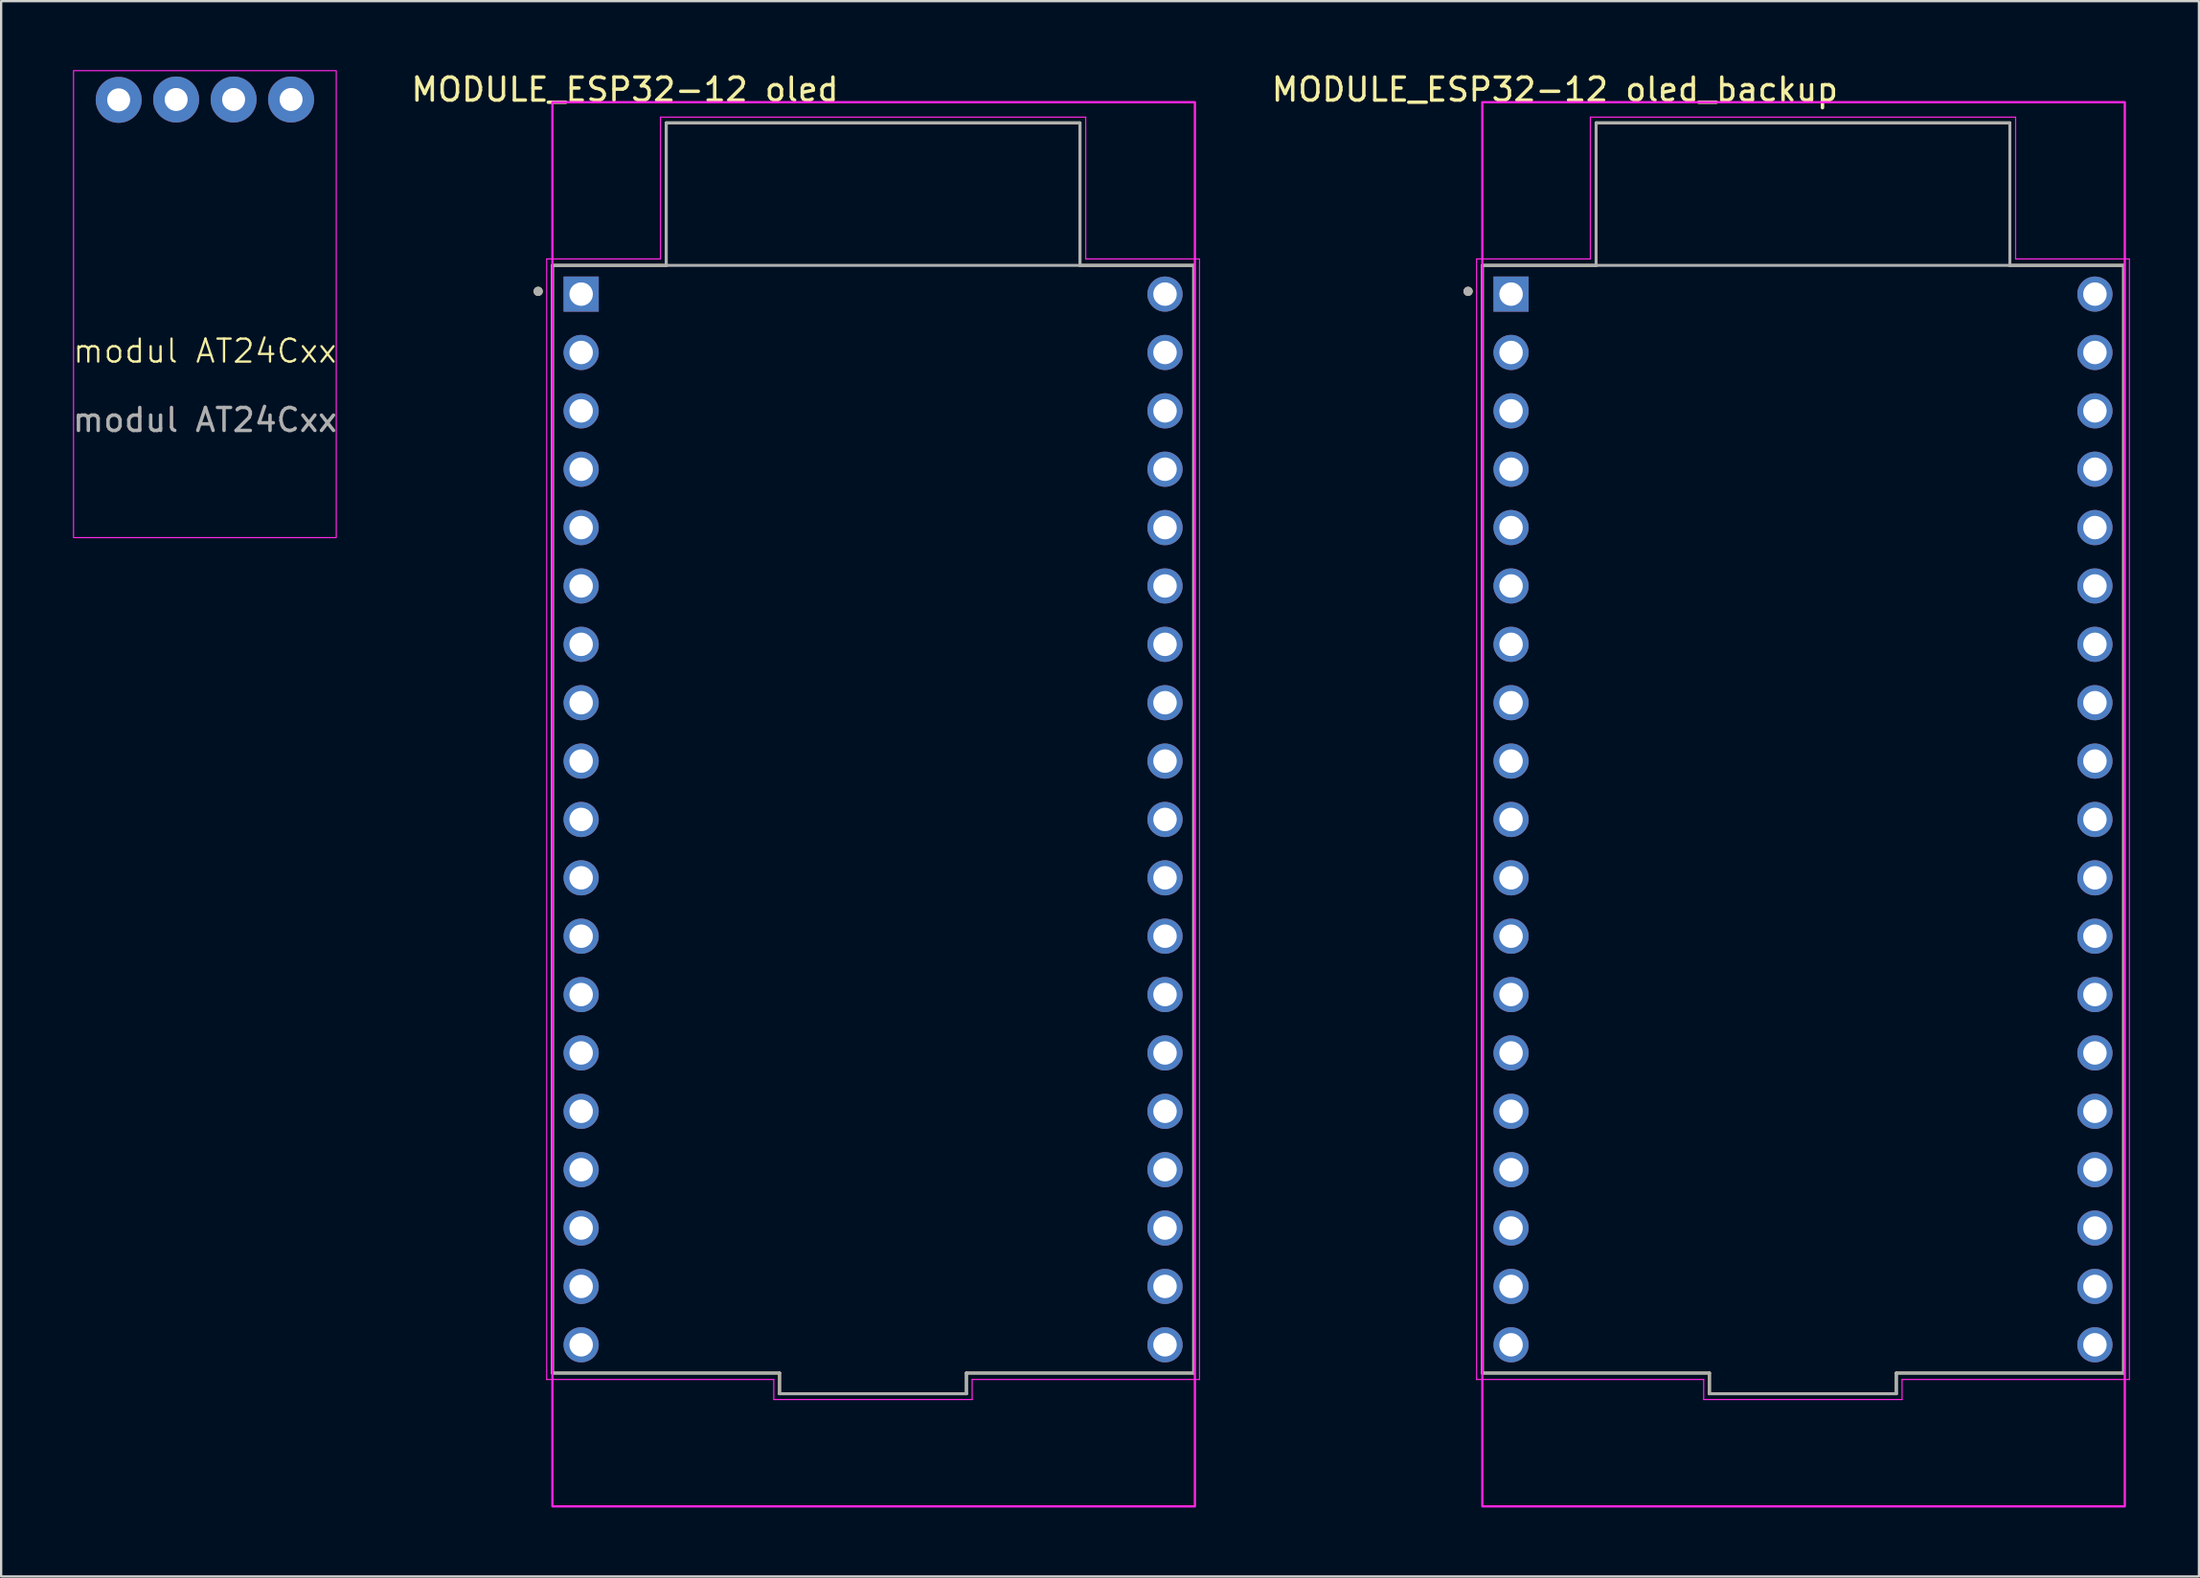
<source format=kicad_pcb>
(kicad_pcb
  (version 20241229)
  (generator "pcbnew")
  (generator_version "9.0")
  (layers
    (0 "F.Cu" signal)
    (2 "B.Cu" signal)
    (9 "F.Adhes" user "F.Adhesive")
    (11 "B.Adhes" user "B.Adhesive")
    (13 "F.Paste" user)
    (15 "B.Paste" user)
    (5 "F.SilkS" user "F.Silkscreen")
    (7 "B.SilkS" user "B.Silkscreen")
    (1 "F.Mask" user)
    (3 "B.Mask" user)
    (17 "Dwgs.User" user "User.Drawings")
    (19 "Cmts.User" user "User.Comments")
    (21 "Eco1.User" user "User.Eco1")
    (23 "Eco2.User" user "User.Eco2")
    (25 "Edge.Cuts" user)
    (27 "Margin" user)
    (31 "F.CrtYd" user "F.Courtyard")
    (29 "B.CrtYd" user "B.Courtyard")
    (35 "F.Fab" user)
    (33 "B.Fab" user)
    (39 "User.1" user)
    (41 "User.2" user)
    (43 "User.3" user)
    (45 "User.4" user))
  (footprint "modul AT24Cxx"
    (layer "F.Cu")
    (at 5.863 8.28)
    (property "Reference" "modul AT24Cxx" (at 0 3.945 0) (unlocked yes) (layer "F.SilkS") (effects (font (size 1 1) (thickness 0.1))))
    (attr through_hole)
    (fp_rect (start -5.715 -8.255) (end 5.715 12.065) (stroke (width 0.05) (type default)) (fill no) (layer "F.CrtYd"))
    (fp_text user "${REFERENCE}" (at 0 6.945 0) (unlocked yes) (layer "F.Fab") (effects (font (size 1 1) (thickness 0.15))))
    (pad "4" thru_hole circle (at -1.25 -7) (size 2 2) (drill 1) (layers "*.Cu" "*.Mask"))
    (pad "5" thru_hole circle (at 3.75 -7) (size 2 2) (drill 1) (layers "*.Cu" "*.Mask"))
    (pad "6" thru_hole circle (at 1.25 -7) (size 2 2) (drill 1) (layers "*.Cu" "*.Mask"))
    (pad "8" thru_hole circle (at -3.75 -6.985) (size 2 2) (drill 1) (layers "*.Cu" "*.Mask")))
  (footprint "MODULE_ESP32-12 oled"
    (layer "F.Cu")
    (at 34.932 32.598)
    (property "Reference" "MODULE_ESP32-12 oled" (at -10.795 -31.75 0) (layer "F.SilkS") (effects (font (size 1 1) (thickness 0.15))))
    (attr through_hole)
    (fp_line (start -13.95 -24.1) (end -13.95 24.1) (stroke (width 0.127) (type solid)) (layer "F.SilkS"))
    (fp_line (start -13.95 24.1) (end -4.07 24.1) (stroke (width 0.127) (type solid)) (layer "F.SilkS"))
    (fp_line (start -9 -30.3) (end 9 -30.3) (stroke (width 0.127) (type solid)) (layer "F.SilkS"))
    (fp_line (start -9 -24.1) (end -13.95 -24.1) (stroke (width 0.127) (type solid)) (layer "F.SilkS"))
    (fp_line (start -9 -24.1) (end -9 -30.3) (stroke (width 0.127) (type solid)) (layer "F.SilkS"))
    (fp_line (start -4.07 24.1) (end -4.07 25) (stroke (width 0.127) (type solid)) (layer "F.SilkS"))
    (fp_line (start -4.07 25) (end 4.06 25) (stroke (width 0.127) (type solid)) (layer "F.SilkS"))
    (fp_line (start 4.06 24.1) (end 13.95 24.1) (stroke (width 0.127) (type solid)) (layer "F.SilkS"))
    (fp_line (start 4.06 25) (end 4.06 24.1) (stroke (width 0.127) (type solid)) (layer "F.SilkS"))
    (fp_line (start 9 -30.3) (end 9 -24.1) (stroke (width 0.127) (type solid)) (layer "F.SilkS"))
    (fp_line (start 13.95 -24.1) (end 9 -24.1) (stroke (width 0.127) (type solid)) (layer "F.SilkS"))
    (fp_line (start 13.95 24.1) (end 13.95 -24.1) (stroke (width 0.127) (type solid)) (layer "F.SilkS"))
    (fp_circle (center -14.57 -22.97) (end -14.47 -22.97) (stroke (width 0.2) (type solid)) (fill no) (layer "F.SilkS"))
    (fp_line (start -14.2 -24.38) (end -14.2 24.38) (stroke (width 0.05) (type solid)) (layer "F.CrtYd"))
    (fp_line (start -14.2 24.38) (end -4.32 24.38) (stroke (width 0.05) (type solid)) (layer "F.CrtYd"))
    (fp_line (start -9.25 -30.55) (end 9.25 -30.55) (stroke (width 0.05) (type solid)) (layer "F.CrtYd"))
    (fp_line (start -9.25 -24.38) (end -14.2 -24.38) (stroke (width 0.05) (type solid)) (layer "F.CrtYd"))
    (fp_line (start -9.25 -24.38) (end -9.25 -30.55) (stroke (width 0.05) (type solid)) (layer "F.CrtYd"))
    (fp_line (start -4.32 24.38) (end -4.32 25.25) (stroke (width 0.05) (type solid)) (layer "F.CrtYd"))
    (fp_line (start -4.32 25.25) (end 4.31 25.25) (stroke (width 0.05) (type solid)) (layer "F.CrtYd"))
    (fp_line (start 4.31 24.38) (end 14.2 24.38) (stroke (width 0.05) (type solid)) (layer "F.CrtYd"))
    (fp_line (start 4.31 25.25) (end 4.31 24.38) (stroke (width 0.05) (type solid)) (layer "F.CrtYd"))
    (fp_line (start 9.25 -30.55) (end 9.25 -24.38) (stroke (width 0.05) (type solid)) (layer "F.CrtYd"))
    (fp_line (start 14.2 -24.38) (end 9.25 -24.38) (stroke (width 0.05) (type solid)) (layer "F.CrtYd"))
    (fp_line (start 14.2 24.38) (end 14.2 -24.38) (stroke (width 0.05) (type solid)) (layer "F.CrtYd"))
    (fp_rect (start -13.95 -31.2) (end 14 29.9) (stroke (width 0.1) (type default)) (fill no) (layer "F.CrtYd"))
    (fp_line (start -13.95 -24.1) (end -13.95 24.1) (stroke (width 0.127) (type solid)) (layer "F.Fab"))
    (fp_line (start -13.95 24.1) (end -4.07 24.1) (stroke (width 0.127) (type solid)) (layer "F.Fab"))
    (fp_line (start -9 -30.3) (end 9 -30.3) (stroke (width 0.127) (type solid)) (layer "F.Fab"))
    (fp_line (start -9 -24.1) (end -13.95 -24.1) (stroke (width 0.127) (type solid)) (layer "F.Fab"))
    (fp_line (start -9 -24.1) (end -9 -30.3) (stroke (width 0.127) (type solid)) (layer "F.Fab"))
    (fp_line (start -4.07 24.1) (end -4.07 25) (stroke (width 0.127) (type solid)) (layer "F.Fab"))
    (fp_line (start -4.07 25) (end 4.06 25) (stroke (width 0.127) (type solid)) (layer "F.Fab"))
    (fp_line (start 4.06 24.1) (end 13.95 24.1) (stroke (width 0.127) (type solid)) (layer "F.Fab"))
    (fp_line (start 4.06 25) (end 4.06 24.1) (stroke (width 0.127) (type solid)) (layer "F.Fab"))
    (fp_line (start 9 -30.3) (end 9 -24.1) (stroke (width 0.127) (type solid)) (layer "F.Fab"))
    (fp_line (start 9 -24.1) (end -9 -24.1) (stroke (width 0.127) (type solid)) (layer "F.Fab"))
    (fp_line (start 13.95 -24.1) (end 9 -24.1) (stroke (width 0.127) (type solid)) (layer "F.Fab"))
    (fp_line (start 13.95 24.1) (end 13.95 -24.1) (stroke (width 0.127) (type solid)) (layer "F.Fab"))
    (fp_circle (center -14.57 -22.97) (end -14.47 -22.97) (stroke (width 0.2) (type solid)) (fill no) (layer "F.Fab"))
    (pad "1" thru_hole rect (at -12.7 -22.85) (size 1.53 1.53) (drill 1.02) (layers "*.Cu" "*.Mask"))
    (pad "2" thru_hole circle (at -12.7 -20.31) (size 1.53 1.53) (drill 1.02) (layers "*.Cu" "*.Mask"))
    (pad "3" thru_hole circle (at -12.7 -17.77) (size 1.53 1.53) (drill 1.02) (layers "*.Cu" "*.Mask"))
    (pad "4" thru_hole circle (at -12.7 -15.23) (size 1.53 1.53) (drill 1.02) (layers "*.Cu" "*.Mask"))
    (pad "5" thru_hole circle (at -12.7 -12.69) (size 1.53 1.53) (drill 1.02) (layers "*.Cu" "*.Mask"))
    (pad "6" thru_hole circle (at -12.7 -10.15) (size 1.53 1.53) (drill 1.02) (layers "*.Cu" "*.Mask"))
    (pad "7" thru_hole circle (at -12.7 -7.61) (size 1.53 1.53) (drill 1.02) (layers "*.Cu" "*.Mask"))
    (pad "8" thru_hole circle (at -12.7 -5.07) (size 1.53 1.53) (drill 1.02) (layers "*.Cu" "*.Mask"))
    (pad "9" thru_hole circle (at -12.7 -2.53) (size 1.53 1.53) (drill 1.02) (layers "*.Cu" "*.Mask"))
    (pad "10" thru_hole circle (at -12.7 0.01) (size 1.53 1.53) (drill 1.02) (layers "*.Cu" "*.Mask"))
    (pad "11" thru_hole circle (at -12.7 2.55) (size 1.53 1.53) (drill 1.02) (layers "*.Cu" "*.Mask"))
    (pad "12" thru_hole circle (at -12.7 5.09) (size 1.53 1.53) (drill 1.02) (layers "*.Cu" "*.Mask"))
    (pad "13" thru_hole circle (at -12.7 7.63) (size 1.53 1.53) (drill 1.02) (layers "*.Cu" "*.Mask"))
    (pad "14" thru_hole circle (at -12.7 10.17) (size 1.53 1.53) (drill 1.02) (layers "*.Cu" "*.Mask"))
    (pad "15" thru_hole circle (at -12.7 12.71) (size 1.53 1.53) (drill 1.02) (layers "*.Cu" "*.Mask"))
    (pad "16" thru_hole circle (at -12.7 15.25) (size 1.53 1.53) (drill 1.02) (layers "*.Cu" "*.Mask"))
    (pad "17" thru_hole circle (at -12.7 17.79) (size 1.53 1.53) (drill 1.02) (layers "*.Cu" "*.Mask"))
    (pad "18" thru_hole circle (at -12.7 20.33) (size 1.53 1.53) (drill 1.02) (layers "*.Cu" "*.Mask"))
    (pad "19" thru_hole circle (at -12.7 22.87) (size 1.53 1.53) (drill 1.02) (layers "*.Cu" "*.Mask"))
    (pad "20" thru_hole circle (at 12.7 22.87) (size 1.53 1.53) (drill 1.02) (layers "*.Cu" "*.Mask"))
    (pad "21" thru_hole circle (at 12.7 20.33) (size 1.53 1.53) (drill 1.02) (layers "*.Cu" "*.Mask"))
    (pad "22" thru_hole circle (at 12.7 17.79) (size 1.53 1.53) (drill 1.02) (layers "*.Cu" "*.Mask"))
    (pad "23" thru_hole circle (at 12.7 15.25) (size 1.53 1.53) (drill 1.02) (layers "*.Cu" "*.Mask"))
    (pad "24" thru_hole circle (at 12.7 12.71) (size 1.53 1.53) (drill 1.02) (layers "*.Cu" "*.Mask"))
    (pad "25" thru_hole circle (at 12.7 10.17) (size 1.53 1.53) (drill 1.02) (layers "*.Cu" "*.Mask"))
    (pad "26" thru_hole circle (at 12.7 7.63) (size 1.53 1.53) (drill 1.02) (layers "*.Cu" "*.Mask"))
    (pad "27" thru_hole circle (at 12.7 5.09) (size 1.53 1.53) (drill 1.02) (layers "*.Cu" "*.Mask"))
    (pad "28" thru_hole circle (at 12.7 2.55) (size 1.53 1.53) (drill 1.02) (layers "*.Cu" "*.Mask"))
    (pad "29" thru_hole circle (at 12.7 0.01) (size 1.53 1.53) (drill 1.02) (layers "*.Cu" "*.Mask"))
    (pad "30" thru_hole circle (at 12.7 -2.53) (size 1.53 1.53) (drill 1.02) (layers "*.Cu" "*.Mask"))
    (pad "31" thru_hole circle (at 12.7 -5.07) (size 1.53 1.53) (drill 1.02) (layers "*.Cu" "*.Mask"))
    (pad "32" thru_hole circle (at 12.7 -7.61) (size 1.53 1.53) (drill 1.02) (layers "*.Cu" "*.Mask"))
    (pad "33" thru_hole circle (at 12.7 -10.15) (size 1.53 1.53) (drill 1.02) (layers "*.Cu" "*.Mask"))
    (pad "34" thru_hole circle (at 12.7 -12.69) (size 1.53 1.53) (drill 1.02) (layers "*.Cu" "*.Mask"))
    (pad "35" thru_hole circle (at 12.7 -15.23) (size 1.53 1.53) (drill 1.02) (layers "*.Cu" "*.Mask"))
    (pad "36" thru_hole circle (at 12.7 -17.77) (size 1.53 1.53) (drill 1.02) (layers "*.Cu" "*.Mask"))
    (pad "37" thru_hole circle (at 12.7 -20.31) (size 1.53 1.53) (drill 1.02) (layers "*.Cu" "*.Mask"))
    (pad "38" thru_hole circle (at 12.7 -22.85) (size 1.53 1.53) (drill 1.02) (layers "*.Cu" "*.Mask")))
  (footprint "MODULE_ESP32-12 oled_backup"
    (layer "F.Cu")
    (at 75.386 32.598)
    (property "Reference" "MODULE_ESP32-12 oled_backup" (at -10.795 -31.75 0) (layer "F.SilkS") (effects (font (size 1 1) (thickness 0.15))))
    (attr through_hole)
    (fp_line (start -13.95 -24.1) (end -13.95 24.1) (stroke (width 0.127) (type solid)) (layer "F.SilkS"))
    (fp_line (start -13.95 24.1) (end -4.07 24.1) (stroke (width 0.127) (type solid)) (layer "F.SilkS"))
    (fp_line (start -9 -30.3) (end 9 -30.3) (stroke (width 0.127) (type solid)) (layer "F.SilkS"))
    (fp_line (start -9 -24.1) (end -13.95 -24.1) (stroke (width 0.127) (type solid)) (layer "F.SilkS"))
    (fp_line (start -9 -24.1) (end -9 -30.3) (stroke (width 0.127) (type solid)) (layer "F.SilkS"))
    (fp_line (start -4.07 24.1) (end -4.07 25) (stroke (width 0.127) (type solid)) (layer "F.SilkS"))
    (fp_line (start -4.07 25) (end 4.06 25) (stroke (width 0.127) (type solid)) (layer "F.SilkS"))
    (fp_line (start 4.06 24.1) (end 13.95 24.1) (stroke (width 0.127) (type solid)) (layer "F.SilkS"))
    (fp_line (start 4.06 25) (end 4.06 24.1) (stroke (width 0.127) (type solid)) (layer "F.SilkS"))
    (fp_line (start 9 -30.3) (end 9 -24.1) (stroke (width 0.127) (type solid)) (layer "F.SilkS"))
    (fp_line (start 13.95 -24.1) (end 9 -24.1) (stroke (width 0.127) (type solid)) (layer "F.SilkS"))
    (fp_line (start 13.95 24.1) (end 13.95 -24.1) (stroke (width 0.127) (type solid)) (layer "F.SilkS"))
    (fp_circle (center -14.57 -22.97) (end -14.47 -22.97) (stroke (width 0.2) (type solid)) (fill no) (layer "F.SilkS"))
    (fp_line (start -14.2 -24.38) (end -14.2 24.38) (stroke (width 0.05) (type solid)) (layer "F.CrtYd"))
    (fp_line (start -14.2 24.38) (end -4.32 24.38) (stroke (width 0.05) (type solid)) (layer "F.CrtYd"))
    (fp_line (start -9.25 -30.55) (end 9.25 -30.55) (stroke (width 0.05) (type solid)) (layer "F.CrtYd"))
    (fp_line (start -9.25 -24.38) (end -14.2 -24.38) (stroke (width 0.05) (type solid)) (layer "F.CrtYd"))
    (fp_line (start -9.25 -24.38) (end -9.25 -30.55) (stroke (width 0.05) (type solid)) (layer "F.CrtYd"))
    (fp_line (start -4.32 24.38) (end -4.32 25.25) (stroke (width 0.05) (type solid)) (layer "F.CrtYd"))
    (fp_line (start -4.32 25.25) (end 4.31 25.25) (stroke (width 0.05) (type solid)) (layer "F.CrtYd"))
    (fp_line (start 4.31 24.38) (end 14.2 24.38) (stroke (width 0.05) (type solid)) (layer "F.CrtYd"))
    (fp_line (start 4.31 25.25) (end 4.31 24.38) (stroke (width 0.05) (type solid)) (layer "F.CrtYd"))
    (fp_line (start 9.25 -30.55) (end 9.25 -24.38) (stroke (width 0.05) (type solid)) (layer "F.CrtYd"))
    (fp_line (start 14.2 -24.38) (end 9.25 -24.38) (stroke (width 0.05) (type solid)) (layer "F.CrtYd"))
    (fp_line (start 14.2 24.38) (end 14.2 -24.38) (stroke (width 0.05) (type solid)) (layer "F.CrtYd"))
    (fp_rect (start -13.95 -31.2) (end 14 29.9) (stroke (width 0.1) (type default)) (fill no) (layer "F.CrtYd"))
    (fp_line (start -13.95 -24.1) (end -13.95 24.1) (stroke (width 0.127) (type solid)) (layer "F.Fab"))
    (fp_line (start -13.95 24.1) (end -4.07 24.1) (stroke (width 0.127) (type solid)) (layer "F.Fab"))
    (fp_line (start -9 -30.3) (end 9 -30.3) (stroke (width 0.127) (type solid)) (layer "F.Fab"))
    (fp_line (start -9 -24.1) (end -13.95 -24.1) (stroke (width 0.127) (type solid)) (layer "F.Fab"))
    (fp_line (start -9 -24.1) (end -9 -30.3) (stroke (width 0.127) (type solid)) (layer "F.Fab"))
    (fp_line (start -4.07 24.1) (end -4.07 25) (stroke (width 0.127) (type solid)) (layer "F.Fab"))
    (fp_line (start -4.07 25) (end 4.06 25) (stroke (width 0.127) (type solid)) (layer "F.Fab"))
    (fp_line (start 4.06 24.1) (end 13.95 24.1) (stroke (width 0.127) (type solid)) (layer "F.Fab"))
    (fp_line (start 4.06 25) (end 4.06 24.1) (stroke (width 0.127) (type solid)) (layer "F.Fab"))
    (fp_line (start 9 -30.3) (end 9 -24.1) (stroke (width 0.127) (type solid)) (layer "F.Fab"))
    (fp_line (start 9 -24.1) (end -9 -24.1) (stroke (width 0.127) (type solid)) (layer "F.Fab"))
    (fp_line (start 13.95 -24.1) (end 9 -24.1) (stroke (width 0.127) (type solid)) (layer "F.Fab"))
    (fp_line (start 13.95 24.1) (end 13.95 -24.1) (stroke (width 0.127) (type solid)) (layer "F.Fab"))
    (fp_circle (center -14.57 -22.97) (end -14.47 -22.97) (stroke (width 0.2) (type solid)) (fill no) (layer "F.Fab"))
    (pad "1" thru_hole rect (at -12.7 -22.85) (size 1.53 1.53) (drill 1.02) (layers "*.Cu" "*.Mask"))
    (pad "2" thru_hole circle (at -12.7 -20.31) (size 1.53 1.53) (drill 1.02) (layers "*.Cu" "*.Mask"))
    (pad "3" thru_hole circle (at -12.7 -17.77) (size 1.53 1.53) (drill 1.02) (layers "*.Cu" "*.Mask"))
    (pad "4" thru_hole circle (at -12.7 -15.23) (size 1.53 1.53) (drill 1.02) (layers "*.Cu" "*.Mask"))
    (pad "5" thru_hole circle (at -12.7 -12.69) (size 1.53 1.53) (drill 1.02) (layers "*.Cu" "*.Mask"))
    (pad "6" thru_hole circle (at -12.7 -10.15) (size 1.53 1.53) (drill 1.02) (layers "*.Cu" "*.Mask"))
    (pad "7" thru_hole circle (at -12.7 -7.61) (size 1.53 1.53) (drill 1.02) (layers "*.Cu" "*.Mask"))
    (pad "8" thru_hole circle (at -12.7 -5.07) (size 1.53 1.53) (drill 1.02) (layers "*.Cu" "*.Mask"))
    (pad "9" thru_hole circle (at -12.7 -2.53) (size 1.53 1.53) (drill 1.02) (layers "*.Cu" "*.Mask"))
    (pad "10" thru_hole circle (at -12.7 0.01) (size 1.53 1.53) (drill 1.02) (layers "*.Cu" "*.Mask"))
    (pad "11" thru_hole circle (at -12.7 2.55) (size 1.53 1.53) (drill 1.02) (layers "*.Cu" "*.Mask"))
    (pad "12" thru_hole circle (at -12.7 5.09) (size 1.53 1.53) (drill 1.02) (layers "*.Cu" "*.Mask"))
    (pad "13" thru_hole circle (at -12.7 7.63) (size 1.53 1.53) (drill 1.02) (layers "*.Cu" "*.Mask"))
    (pad "14" thru_hole circle (at -12.7 10.17) (size 1.53 1.53) (drill 1.02) (layers "*.Cu" "*.Mask"))
    (pad "15" thru_hole circle (at -12.7 12.71) (size 1.53 1.53) (drill 1.02) (layers "*.Cu" "*.Mask"))
    (pad "16" thru_hole circle (at -12.7 15.25) (size 1.53 1.53) (drill 1.02) (layers "*.Cu" "*.Mask"))
    (pad "17" thru_hole circle (at -12.7 17.79) (size 1.53 1.53) (drill 1.02) (layers "*.Cu" "*.Mask"))
    (pad "18" thru_hole circle (at -12.7 20.33) (size 1.53 1.53) (drill 1.02) (layers "*.Cu" "*.Mask"))
    (pad "19" thru_hole circle (at -12.7 22.87) (size 1.53 1.53) (drill 1.02) (layers "*.Cu" "*.Mask"))
    (pad "20" thru_hole circle (at 12.7 22.87) (size 1.53 1.53) (drill 1.02) (layers "*.Cu" "*.Mask"))
    (pad "21" thru_hole circle (at 12.7 20.33) (size 1.53 1.53) (drill 1.02) (layers "*.Cu" "*.Mask"))
    (pad "22" thru_hole circle (at 12.7 17.79) (size 1.53 1.53) (drill 1.02) (layers "*.Cu" "*.Mask"))
    (pad "23" thru_hole circle (at 12.7 15.25) (size 1.53 1.53) (drill 1.02) (layers "*.Cu" "*.Mask"))
    (pad "24" thru_hole circle (at 12.7 12.71) (size 1.53 1.53) (drill 1.02) (layers "*.Cu" "*.Mask"))
    (pad "25" thru_hole circle (at 12.7 10.17) (size 1.53 1.53) (drill 1.02) (layers "*.Cu" "*.Mask"))
    (pad "26" thru_hole circle (at 12.7 7.63) (size 1.53 1.53) (drill 1.02) (layers "*.Cu" "*.Mask"))
    (pad "27" thru_hole circle (at 12.7 5.09) (size 1.53 1.53) (drill 1.02) (layers "*.Cu" "*.Mask"))
    (pad "28" thru_hole circle (at 12.7 2.55) (size 1.53 1.53) (drill 1.02) (layers "*.Cu" "*.Mask"))
    (pad "29" thru_hole circle (at 12.7 0.01) (size 1.53 1.53) (drill 1.02) (layers "*.Cu" "*.Mask"))
    (pad "30" thru_hole circle (at 12.7 -2.53) (size 1.53 1.53) (drill 1.02) (layers "*.Cu" "*.Mask"))
    (pad "31" thru_hole circle (at 12.7 -5.07) (size 1.53 1.53) (drill 1.02) (layers "*.Cu" "*.Mask"))
    (pad "32" thru_hole circle (at 12.7 -7.61) (size 1.53 1.53) (drill 1.02) (layers "*.Cu" "*.Mask"))
    (pad "33" thru_hole circle (at 12.7 -10.15) (size 1.53 1.53) (drill 1.02) (layers "*.Cu" "*.Mask"))
    (pad "34" thru_hole circle (at 12.7 -12.69) (size 1.53 1.53) (drill 1.02) (layers "*.Cu" "*.Mask"))
    (pad "35" thru_hole circle (at 12.7 -15.23) (size 1.53 1.53) (drill 1.02) (layers "*.Cu" "*.Mask"))
    (pad "36" thru_hole circle (at 12.7 -17.77) (size 1.53 1.53) (drill 1.02) (layers "*.Cu" "*.Mask"))
    (pad "37" thru_hole circle (at 12.7 -20.31) (size 1.53 1.53) (drill 1.02) (layers "*.Cu" "*.Mask"))
    (pad "38" thru_hole circle (at 12.7 -22.85) (size 1.53 1.53) (drill 1.02) (layers "*.Cu" "*.Mask")))
  (gr_rect
    (start -3 -3)
    (end 92.611 65.548)
    (stroke (width 0.1) (type default))
    (fill no)
    (layer "Edge.Cuts")))
</source>
